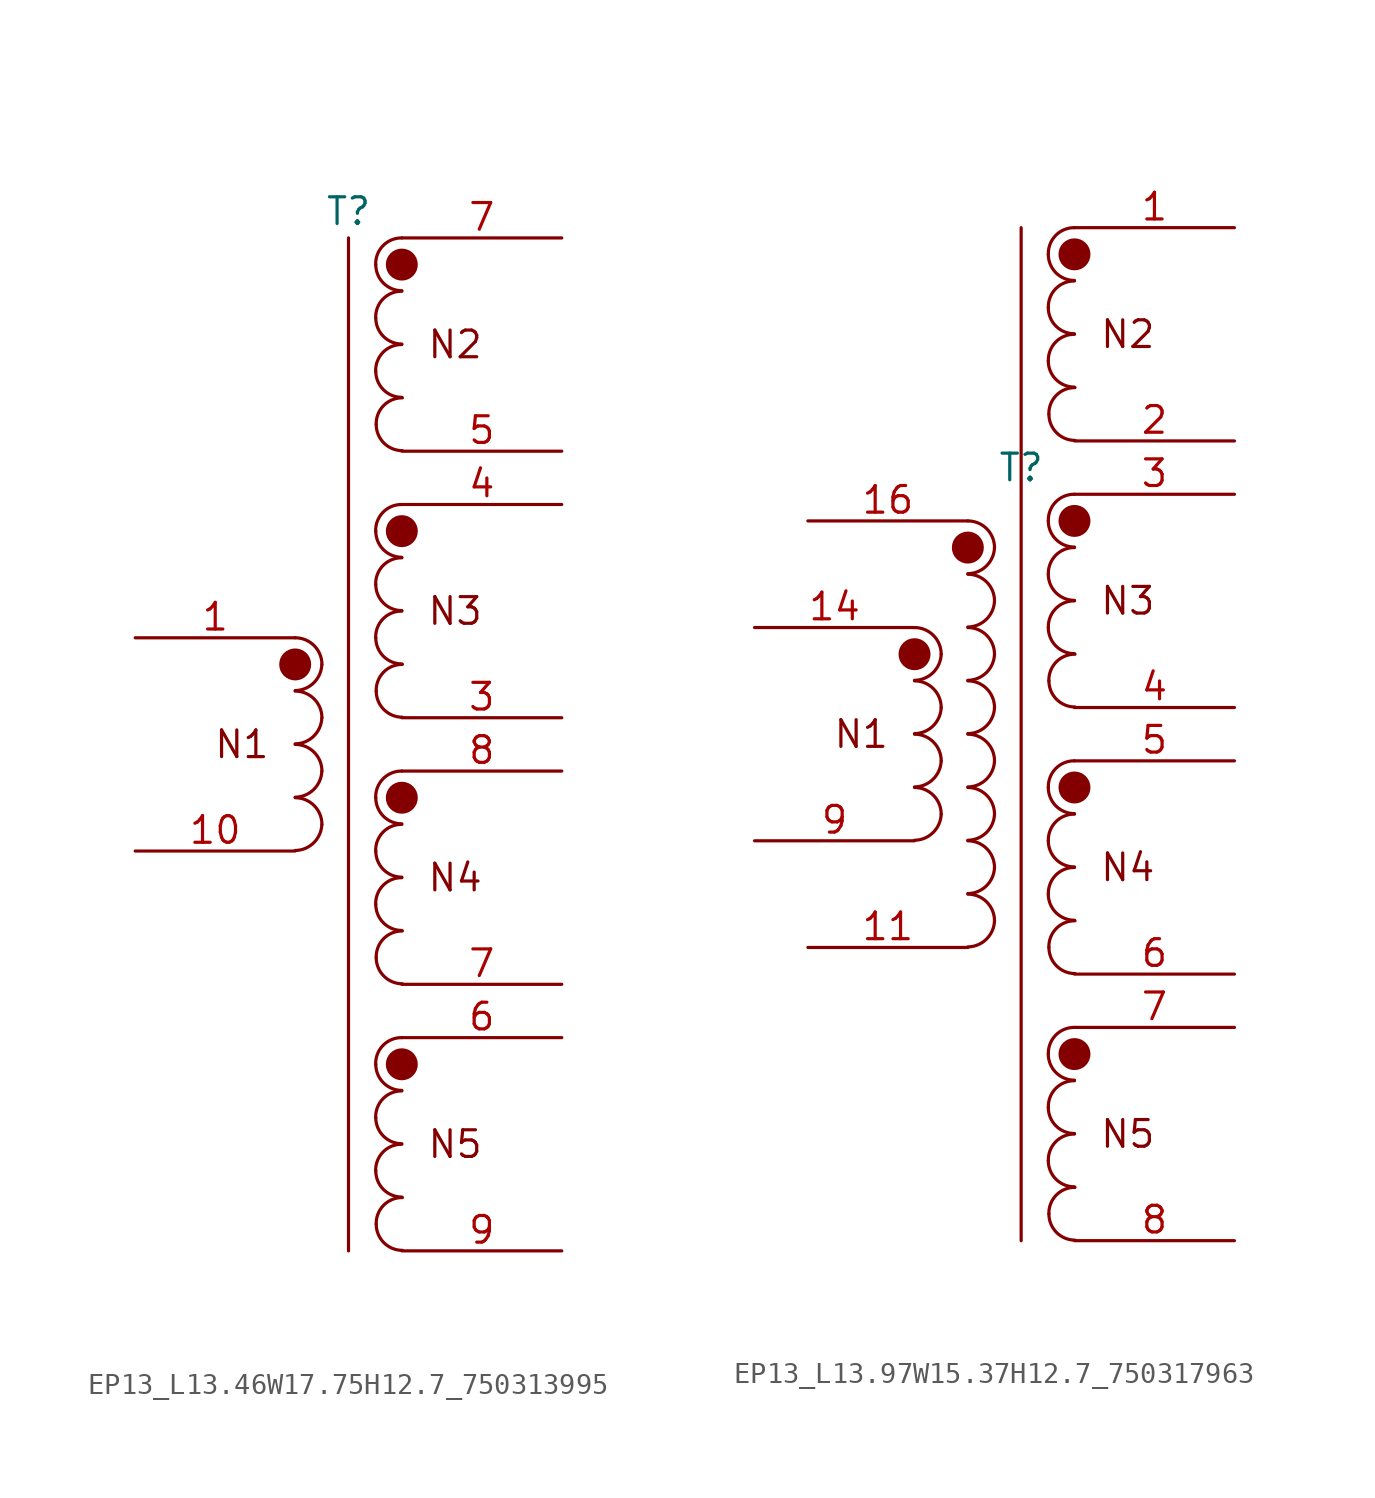
<source format=kicad_sym>
(kicad_symbol_lib
  (version 20220914)
  (generator kicad_symbol_editor)
  (symbol "EP13_L13.46W17.75H12.7_750313995"
    (pin_names hide)
    (property "Reference" "T"
      (at 0 25.4 0)
      (effects (font (size 1.27 1.27))))
    (symbol "EP13_L13.46W17.75H12.7_750313995_0_1"
      (arc (start -2.54 -5.0546) (mid -1.6599 -4.6901) (end -1.27 -3.81) (stroke (width 0) (type default)) (fill (type none)))
      (arc (start -2.54 -2.5146) (mid -1.6599 -2.1501) (end -1.27 -1.27) (stroke (width 0) (type default)) (fill (type none)))
      (arc (start -2.54 0.0254) (mid -1.6599 0.3899) (end -1.27 1.27) (stroke (width 0) (type default)) (fill (type none)))
      (arc (start -2.54 2.5654) (mid -1.6599 2.9299) (end -1.27 3.81) (stroke (width 0) (type default)) (fill (type none)))
      (arc (start -1.27 -3.81) (mid -1.642 -2.912) (end -2.54 -2.54) (stroke (width 0) (type default)) (fill (type none)))
      (arc (start -1.27 -1.27) (mid -1.642 -0.372) (end -2.54 0) (stroke (width 0) (type default)) (fill (type none)))
      (arc (start -1.27 1.27) (mid -1.642 2.168) (end -2.54 2.54) (stroke (width 0) (type default)) (fill (type none)))
      (arc (start -1.27 3.81) (mid -1.642 4.708) (end -2.54 5.08) (stroke (width 0) (type default)) (fill (type none)))
      (polyline (pts (xy 0 24.13) (xy 0 -24.13)) (stroke (width 0) (type default)) (fill (type none)))
      (arc (start 1.2954 -20.32) (mid 1.6599 -21.2001) (end 2.54 -21.5646) (stroke (width 0) (type default)) (fill (type none)))
      (arc (start 1.2954 -17.78) (mid 1.6599 -18.6601) (end 2.54 -19.0246) (stroke (width 0) (type default)) (fill (type none)))
      (arc (start 1.2954 -15.24) (mid 1.6599 -16.1201) (end 2.54 -16.4846) (stroke (width 0) (type default)) (fill (type none)))
      (arc (start 1.2954 -7.62) (mid 1.6599 -8.5001) (end 2.54 -8.8646) (stroke (width 0) (type default)) (fill (type none)))
      (arc (start 1.2954 -5.08) (mid 1.6599 -5.9601) (end 2.54 -6.3246) (stroke (width 0) (type default)) (fill (type none)))
      (arc (start 1.2954 -2.54) (mid 1.6599 -3.4201) (end 2.54 -3.7846) (stroke (width 0) (type default)) (fill (type none)))
      (arc (start 1.2954 5.08) (mid 1.6599 4.1999) (end 2.54 3.8354) (stroke (width 0) (type default)) (fill (type none)))
      (arc (start 1.2954 7.62) (mid 1.6599 6.7399) (end 2.54 6.3754) (stroke (width 0) (type default)) (fill (type none)))
      (arc (start 1.2954 10.16) (mid 1.6599 9.2799) (end 2.54 8.9154) (stroke (width 0) (type default)) (fill (type none)))
      (arc (start 1.2954 17.78) (mid 1.6599 16.8999) (end 2.54 16.5354) (stroke (width 0) (type default)) (fill (type none)))
      (arc (start 1.2954 20.32) (mid 1.6599 19.4399) (end 2.54 19.0754) (stroke (width 0) (type default)) (fill (type none)))
      (arc (start 1.2954 22.86) (mid 1.6599 21.9799) (end 2.54 21.6154) (stroke (width 0) (type default)) (fill (type none)))
      (arc (start 1.3208 -22.86) (mid 1.6855 -23.7399) (end 2.5654 -24.1046) (stroke (width 0) (type default)) (fill (type none)))
      (arc (start 1.3208 -10.16) (mid 1.6855 -11.0399) (end 2.5654 -11.4046) (stroke (width 0) (type default)) (fill (type none)))
      (arc (start 1.3208 2.54) (mid 1.6854 1.6601) (end 2.5654 1.2954) (stroke (width 0) (type default)) (fill (type none)))
      (arc (start 1.3208 15.24) (mid 1.6855 14.3601) (end 2.5654 13.9954) (stroke (width 0) (type default)) (fill (type none)))
      (arc (start 2.54 -19.05) (mid 1.6458 -19.4185) (end 1.2954 -20.32) (stroke (width 0) (type default)) (fill (type none)))
      (arc (start 2.54 -16.51) (mid 1.6458 -16.8785) (end 1.2954 -17.78) (stroke (width 0) (type default)) (fill (type none)))
      (arc (start 2.54 -13.97) (mid 1.6458 -14.3385) (end 1.2954 -15.24) (stroke (width 0) (type default)) (fill (type none)))
      (arc (start 2.54 -6.35) (mid 1.6458 -6.7185) (end 1.2954 -7.62) (stroke (width 0) (type default)) (fill (type none)))
      (arc (start 2.54 -3.81) (mid 1.6458 -4.1785) (end 1.2954 -5.08) (stroke (width 0) (type default)) (fill (type none)))
      (arc (start 2.54 -1.27) (mid 1.6458 -1.6385) (end 1.2954 -2.54) (stroke (width 0) (type default)) (fill (type none)))
      (arc (start 2.54 6.35) (mid 1.6458 5.9815) (end 1.2954 5.08) (stroke (width 0) (type default)) (fill (type none)))
      (arc (start 2.54 8.89) (mid 1.6458 8.5215) (end 1.2954 7.62) (stroke (width 0) (type default)) (fill (type none)))
      (arc (start 2.54 11.43) (mid 1.6458 11.0615) (end 1.2954 10.16) (stroke (width 0) (type default)) (fill (type none)))
      (arc (start 2.54 19.05) (mid 1.6458 18.6815) (end 1.2954 17.78) (stroke (width 0) (type default)) (fill (type none)))
      (arc (start 2.54 21.59) (mid 1.6458 21.2215) (end 1.2954 20.32) (stroke (width 0) (type default)) (fill (type none)))
      (arc (start 2.54 24.13) (mid 1.6458 23.7615) (end 1.2954 22.86) (stroke (width 0) (type default)) (fill (type none)))
      (arc (start 2.5654 -21.59) (mid 1.6709 -21.9583) (end 1.3208 -22.86) (stroke (width 0) (type default)) (fill (type none)))
      (arc (start 2.5654 -8.89) (mid 1.6709 -9.2583) (end 1.3208 -10.16) (stroke (width 0) (type default)) (fill (type none)))
      (arc (start 2.5654 3.81) (mid 1.6709 3.4417) (end 1.3208 2.54) (stroke (width 0) (type default)) (fill (type none)))
      (arc (start 2.5654 16.51) (mid 1.6709 16.1417) (end 1.3208 15.24) (stroke (width 0) (type default)) (fill (type none))))
    (symbol "EP13_L13.46W17.75H12.7_750313995_1_1"
      (circle (center -2.54 3.81) (radius 0.0001) (stroke (width 0.762) (type default)) (fill (type none)))
      (circle (center 2.54 -15.24) (radius 0.0001) (stroke (width 0.762) (type default)) (fill (type none)))
      (circle (center 2.54 -2.54) (radius 0.0001) (stroke (width 0.762) (type default)) (fill (type none)))
      (circle (center 2.54 10.16) (radius 0.0001) (stroke (width 0.762) (type default)) (fill (type none)))
      (circle (center 2.54 22.86) (radius 0.0001) (stroke (width 0.762) (type default)) (fill (type none)))
      (text "N1" (at -5.08 0 0) (effects (font (size 1.27 1.27))))
      (text "N2" (at 5.08 19.05 0) (effects (font (size 1.27 1.27))))
      (text "N3" (at 5.08 6.35 0) (effects (font (size 1.27 1.27))))
      (text "N4" (at 5.08 -6.35 0) (effects (font (size 1.27 1.27))))
      (text "N5" (at 5.08 -19.05 0) (effects (font (size 1.27 1.27))))
      (pin passive line (at -10.16 5.08 0) (length 7.62) (name "1" (effects (font (size 1.27 1.27)))) (number "1" (effects (font (size 1.27 1.27)))))
      (pin passive line (at -10.16 -5.08 0) (length 7.62) (name "10" (effects (font (size 1.27 1.27)))) (number "10" (effects (font (size 1.27 1.27)))))
      (pin passive line (at 10.16 1.27 180) (length 7.62) (name "3" (effects (font (size 1.27 1.27)))) (number "3" (effects (font (size 1.27 1.27)))))
      (pin passive line (at 10.16 11.43 180) (length 7.62) (name "4" (effects (font (size 1.27 1.27)))) (number "4" (effects (font (size 1.27 1.27)))))
      (pin passive line (at 10.16 13.97 180) (length 7.62) (name "5" (effects (font (size 1.27 1.27)))) (number "5" (effects (font (size 1.27 1.27)))))
      (pin passive line (at 10.16 -13.97 180) (length 7.62) (name "6" (effects (font (size 1.27 1.27)))) (number "6" (effects (font (size 1.27 1.27)))))
      (pin passive line (at 10.16 -11.43 180) (length 7.62) (name "7" (effects (font (size 1.27 1.27)))) (number "7" (effects (font (size 1.27 1.27)))))
      (pin passive line (at 10.16 24.13 180) (length 7.62) (name "7" (effects (font (size 1.27 1.27)))) (number "7" (effects (font (size 1.27 1.27)))))
      (pin passive line (at 10.16 -1.27 180) (length 7.62) (name "8" (effects (font (size 1.27 1.27)))) (number "8" (effects (font (size 1.27 1.27)))))
      (pin passive line (at 10.16 -24.13 180) (length 7.62) (name "9" (effects (font (size 1.27 1.27)))) (number "9" (effects (font (size 1.27 1.27)))))))
  (symbol "EP13_L13.97W15.37H12.7_750317963"
    (pin_names hide)
    (property "Reference" "T"
      (at 0 12.7 0)
      (effects (font (size 1.27 1.27))))
    (symbol "EP13_L13.97W15.37H12.7_750317963_0_1"
      (arc (start -5.08 -5.0546) (mid -4.1961 -4.6863) (end -3.81 -3.81) (stroke (width 0) (type default)) (fill (type none)))
      (arc (start -5.08 -2.5146) (mid -4.1961 -2.1463) (end -3.81 -1.27) (stroke (width 0) (type default)) (fill (type none)))
      (arc (start -5.08 0.0254) (mid -4.1961 0.3937) (end -3.81 1.27) (stroke (width 0) (type default)) (fill (type none)))
      (arc (start -5.08 2.5654) (mid -4.1961 2.9337) (end -3.81 3.81) (stroke (width 0) (type default)) (fill (type none)))
      (arc (start -3.81 -3.81) (mid -4.182 -2.912) (end -5.08 -2.54) (stroke (width 0) (type default)) (fill (type none)))
      (arc (start -3.81 -1.27) (mid -4.182 -0.372) (end -5.08 0) (stroke (width 0) (type default)) (fill (type none)))
      (arc (start -3.81 1.27) (mid -4.182 2.168) (end -5.08 2.54) (stroke (width 0) (type default)) (fill (type none)))
      (arc (start -3.81 3.81) (mid -4.182 4.708) (end -5.08 5.08) (stroke (width 0) (type default)) (fill (type none)))
      (arc (start -2.54 -10.1346) (mid -1.6561 -9.7663) (end -1.27 -8.89) (stroke (width 0) (type default)) (fill (type none)))
      (arc (start -2.54 -7.5946) (mid -1.6561 -7.2263) (end -1.27 -6.35) (stroke (width 0) (type default)) (fill (type none)))
      (arc (start -2.54 -5.0546) (mid -1.6561 -4.6863) (end -1.27 -3.81) (stroke (width 0) (type default)) (fill (type none)))
      (arc (start -2.54 -2.5146) (mid -1.6561 -2.1463) (end -1.27 -1.27) (stroke (width 0) (type default)) (fill (type none)))
      (arc (start -2.54 0.0254) (mid -1.6561 0.3937) (end -1.27 1.27) (stroke (width 0) (type default)) (fill (type none)))
      (arc (start -2.54 2.5654) (mid -1.6561 2.9337) (end -1.27 3.81) (stroke (width 0) (type default)) (fill (type none)))
      (arc (start -2.54 5.1054) (mid -1.6561 5.4737) (end -1.27 6.35) (stroke (width 0) (type default)) (fill (type none)))
      (arc (start -2.54 7.6454) (mid -1.6561 8.0137) (end -1.27 8.89) (stroke (width 0) (type default)) (fill (type none)))
      (arc (start -1.27 -8.89) (mid -1.642 -7.992) (end -2.54 -7.62) (stroke (width 0) (type default)) (fill (type none)))
      (arc (start -1.27 -6.35) (mid -1.642 -5.452) (end -2.54 -5.08) (stroke (width 0) (type default)) (fill (type none)))
      (arc (start -1.27 -3.81) (mid -1.642 -2.912) (end -2.54 -2.54) (stroke (width 0) (type default)) (fill (type none)))
      (arc (start -1.27 -1.27) (mid -1.642 -0.372) (end -2.54 0) (stroke (width 0) (type default)) (fill (type none)))
      (arc (start -1.27 1.27) (mid -1.642 2.168) (end -2.54 2.54) (stroke (width 0) (type default)) (fill (type none)))
      (arc (start -1.27 3.81) (mid -1.642 4.708) (end -2.54 5.08) (stroke (width 0) (type default)) (fill (type none)))
      (arc (start -1.27 6.35) (mid -1.642 7.248) (end -2.54 7.62) (stroke (width 0) (type default)) (fill (type none)))
      (arc (start -1.27 8.89) (mid -1.642 9.788) (end -2.54 10.16) (stroke (width 0) (type default)) (fill (type none)))
      (polyline (pts (xy 0 24.13) (xy 0 -24.13)) (stroke (width 0) (type default)) (fill (type none)))
      (arc (start 1.2954 -20.32) (mid 1.6599 -21.2001) (end 2.54 -21.5646) (stroke (width 0) (type default)) (fill (type none)))
      (arc (start 1.2954 -17.78) (mid 1.6599 -18.6601) (end 2.54 -19.0246) (stroke (width 0) (type default)) (fill (type none)))
      (arc (start 1.2954 -15.24) (mid 1.6599 -16.1201) (end 2.54 -16.4846) (stroke (width 0) (type default)) (fill (type none)))
      (arc (start 1.2954 -7.62) (mid 1.6599 -8.5001) (end 2.54 -8.8646) (stroke (width 0) (type default)) (fill (type none)))
      (arc (start 1.2954 -5.08) (mid 1.6599 -5.9601) (end 2.54 -6.3246) (stroke (width 0) (type default)) (fill (type none)))
      (arc (start 1.2954 -2.54) (mid 1.6599 -3.4201) (end 2.54 -3.7846) (stroke (width 0) (type default)) (fill (type none)))
      (arc (start 1.2954 5.08) (mid 1.6599 4.1999) (end 2.54 3.8354) (stroke (width 0) (type default)) (fill (type none)))
      (arc (start 1.2954 7.62) (mid 1.6599 6.7399) (end 2.54 6.3754) (stroke (width 0) (type default)) (fill (type none)))
      (arc (start 1.2954 10.16) (mid 1.6599 9.2799) (end 2.54 8.9154) (stroke (width 0) (type default)) (fill (type none)))
      (arc (start 1.2954 17.78) (mid 1.6599 16.8999) (end 2.54 16.5354) (stroke (width 0) (type default)) (fill (type none)))
      (arc (start 1.2954 20.32) (mid 1.6599 19.4399) (end 2.54 19.0754) (stroke (width 0) (type default)) (fill (type none)))
      (arc (start 1.2954 22.86) (mid 1.6599 21.9799) (end 2.54 21.6154) (stroke (width 0) (type default)) (fill (type none)))
      (arc (start 1.3208 -22.86) (mid 1.6855 -23.7399) (end 2.5654 -24.1046) (stroke (width 0) (type default)) (fill (type none)))
      (arc (start 1.3208 -10.16) (mid 1.6855 -11.0399) (end 2.5654 -11.4046) (stroke (width 0) (type default)) (fill (type none)))
      (arc (start 1.3208 2.54) (mid 1.6854 1.6601) (end 2.5654 1.2954) (stroke (width 0) (type default)) (fill (type none)))
      (arc (start 1.3208 15.24) (mid 1.6855 14.3601) (end 2.5654 13.9954) (stroke (width 0) (type default)) (fill (type none)))
      (arc (start 2.54 -19.05) (mid 1.6458 -19.4185) (end 1.2954 -20.32) (stroke (width 0) (type default)) (fill (type none)))
      (arc (start 2.54 -16.51) (mid 1.6458 -16.8785) (end 1.2954 -17.78) (stroke (width 0) (type default)) (fill (type none)))
      (arc (start 2.54 -13.97) (mid 1.6458 -14.3385) (end 1.2954 -15.24) (stroke (width 0) (type default)) (fill (type none)))
      (arc (start 2.54 -6.35) (mid 1.6458 -6.7185) (end 1.2954 -7.62) (stroke (width 0) (type default)) (fill (type none)))
      (arc (start 2.54 -3.81) (mid 1.6458 -4.1785) (end 1.2954 -5.08) (stroke (width 0) (type default)) (fill (type none)))
      (arc (start 2.54 -1.27) (mid 1.6458 -1.6385) (end 1.2954 -2.54) (stroke (width 0) (type default)) (fill (type none)))
      (arc (start 2.54 6.35) (mid 1.6458 5.9815) (end 1.2954 5.08) (stroke (width 0) (type default)) (fill (type none)))
      (arc (start 2.54 8.89) (mid 1.6458 8.5215) (end 1.2954 7.62) (stroke (width 0) (type default)) (fill (type none)))
      (arc (start 2.54 11.43) (mid 1.6458 11.0615) (end 1.2954 10.16) (stroke (width 0) (type default)) (fill (type none)))
      (arc (start 2.54 19.05) (mid 1.6458 18.6815) (end 1.2954 17.78) (stroke (width 0) (type default)) (fill (type none)))
      (arc (start 2.54 21.59) (mid 1.6458 21.2215) (end 1.2954 20.32) (stroke (width 0) (type default)) (fill (type none)))
      (arc (start 2.54 24.13) (mid 1.6458 23.7615) (end 1.2954 22.86) (stroke (width 0) (type default)) (fill (type none)))
      (arc (start 2.5654 -21.59) (mid 1.6709 -21.9583) (end 1.3208 -22.86) (stroke (width 0) (type default)) (fill (type none)))
      (arc (start 2.5654 -8.89) (mid 1.6709 -9.2583) (end 1.3208 -10.16) (stroke (width 0) (type default)) (fill (type none)))
      (arc (start 2.5654 3.81) (mid 1.6709 3.4417) (end 1.3208 2.54) (stroke (width 0) (type default)) (fill (type none)))
      (arc (start 2.5654 16.51) (mid 1.6709 16.1417) (end 1.3208 15.24) (stroke (width 0) (type default)) (fill (type none))))
    (symbol "EP13_L13.97W15.37H12.7_750317963_1_1"
      (circle (center -5.08 3.81) (radius 0.0001) (stroke (width 0.762) (type default)) (fill (type none)))
      (circle (center -2.54 8.89) (radius 0.0001) (stroke (width 0.762) (type default)) (fill (type none)))
      (circle (center 2.54 -15.24) (radius 0.0001) (stroke (width 0.762) (type default)) (fill (type none)))
      (circle (center 2.54 -2.54) (radius 0.0001) (stroke (width 0.762) (type default)) (fill (type none)))
      (circle (center 2.54 10.16) (radius 0.0001) (stroke (width 0.762) (type default)) (fill (type none)))
      (circle (center 2.54 22.86) (radius 0.0001) (stroke (width 0.762) (type default)) (fill (type none)))
      (text "N1" (at -7.62 0 0) (effects (font (size 1.27 1.27))))
      (text "N2" (at 5.08 19.05 0) (effects (font (size 1.27 1.27))))
      (text "N3" (at 5.08 6.35 0) (effects (font (size 1.27 1.27))))
      (text "N4" (at 5.08 -6.35 0) (effects (font (size 1.27 1.27))))
      (text "N5" (at 5.08 -19.05 0) (effects (font (size 1.27 1.27))))
      (pin passive line (at 10.16 24.13 180) (length 7.62) (name "1" (effects (font (size 1.27 1.27)))) (number "1" (effects (font (size 1.27 1.27)))))
      (pin passive line (at -10.16 -10.16 0) (length 7.62) (name "11" (effects (font (size 1.27 1.27)))) (number "11" (effects (font (size 1.27 1.27)))))
      (pin passive line (at -12.7 5.08 0) (length 7.62) (name "14" (effects (font (size 1.27 1.27)))) (number "14" (effects (font (size 1.27 1.27)))))
      (pin passive line (at -10.16 10.16 0) (length 7.62) (name "16" (effects (font (size 1.27 1.27)))) (number "16" (effects (font (size 1.27 1.27)))))
      (pin passive line (at 10.16 13.97 180) (length 7.62) (name "2" (effects (font (size 1.27 1.27)))) (number "2" (effects (font (size 1.27 1.27)))))
      (pin passive line (at 10.16 11.43 180) (length 7.62) (name "3" (effects (font (size 1.27 1.27)))) (number "3" (effects (font (size 1.27 1.27)))))
      (pin passive line (at 10.16 1.27 180) (length 7.62) (name "4" (effects (font (size 1.27 1.27)))) (number "4" (effects (font (size 1.27 1.27)))))
      (pin passive line (at 10.16 -1.27 180) (length 7.62) (name "5" (effects (font (size 1.27 1.27)))) (number "5" (effects (font (size 1.27 1.27)))))
      (pin passive line (at 10.16 -11.43 180) (length 7.62) (name "6" (effects (font (size 1.27 1.27)))) (number "6" (effects (font (size 1.27 1.27)))))
      (pin passive line (at 10.16 -13.97 180) (length 7.62) (name "7" (effects (font (size 1.27 1.27)))) (number "7" (effects (font (size 1.27 1.27)))))
      (pin passive line (at 10.16 -24.13 180) (length 7.62) (name "8" (effects (font (size 1.27 1.27)))) (number "8" (effects (font (size 1.27 1.27)))))
      (pin passive line (at -12.7 -5.08 0) (length 7.62) (name "9" (effects (font (size 1.27 1.27)))) (number "9" (effects (font (size 1.27 1.27))))))))
</source>
